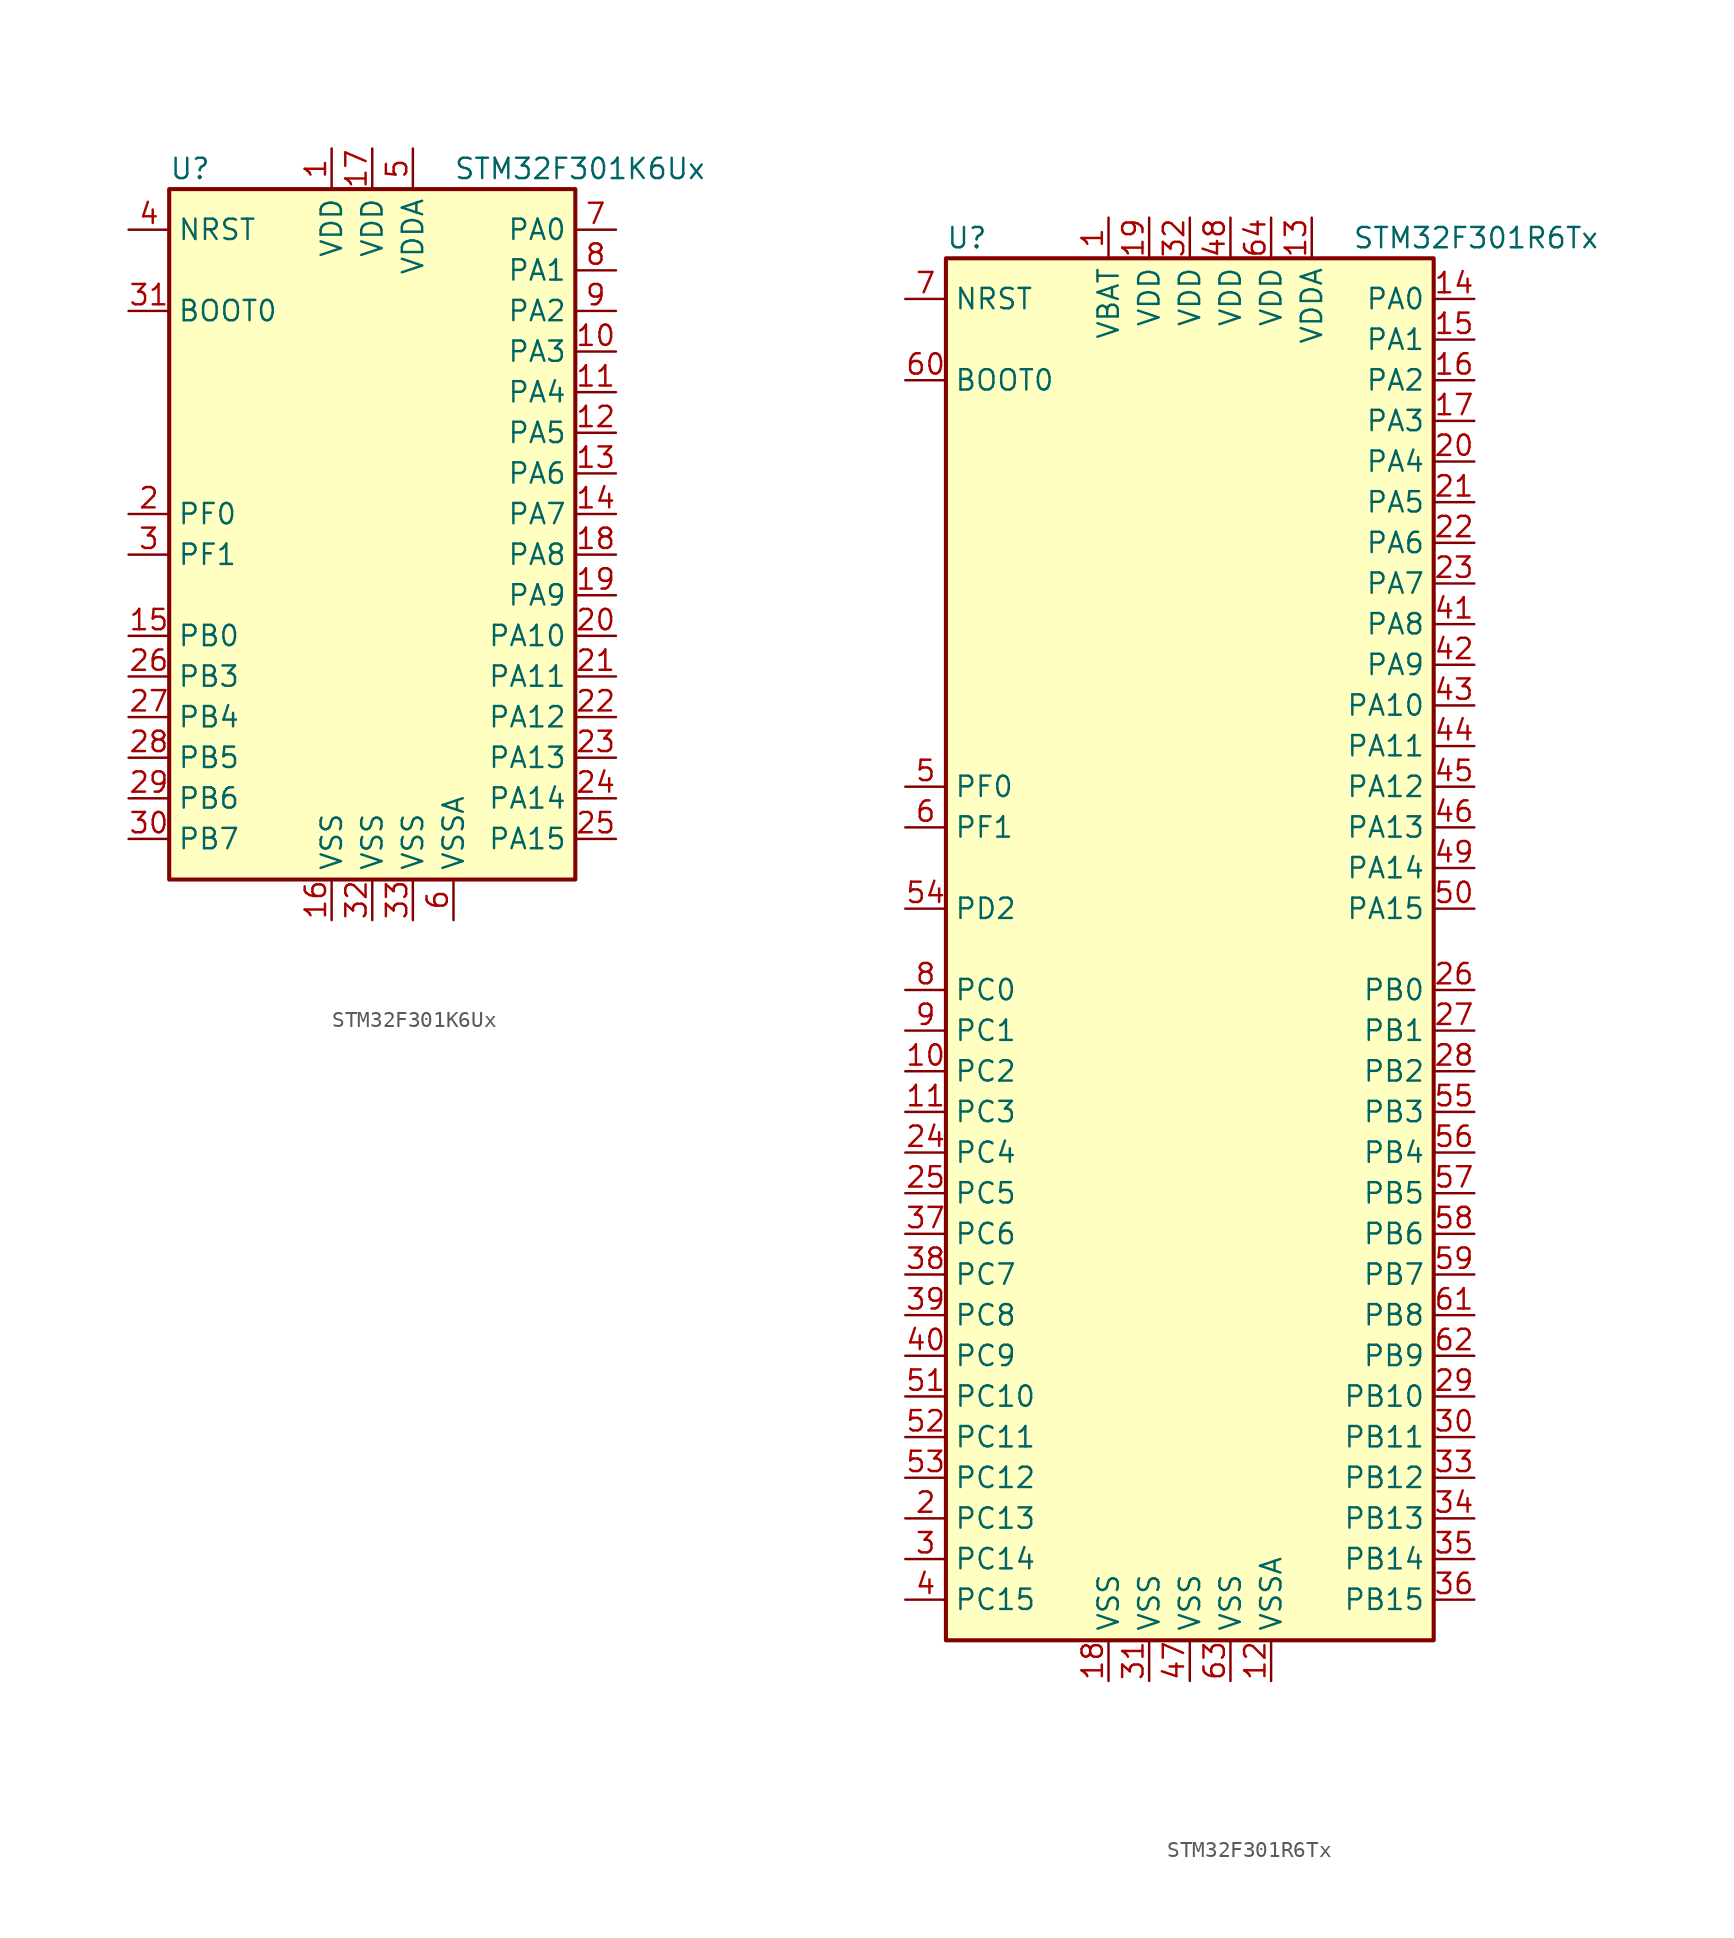
<source format=kicad_sym>
(kicad_symbol_lib
  (version 20201005)
  (generator kicad_symbol_editor)
  (symbol "STM32F301K6Ux"
    (property "Reference" "U"
      (at -12.7 21.59 0)
      (effects (font (size 1.27 1.27)) (justify left)))
    (property "Value" "STM32F301K6Ux"
      (at 5.08 21.59 0)
      (effects (font (size 1.27 1.27)) (justify left)))
    (symbol "STM32F301K6Ux_0_1"
      (rectangle (start -12.7 -22.86) (end 12.7 20.32) (stroke (width 0.254)) (fill (type background))))
    (symbol "STM32F301K6Ux_1_1"
      (pin power_in line (at -2.54 22.86 270) (length 2.54) (name "VDD" (effects (font (size 1.27 1.27)))) (number "1" (effects (font (size 1.27 1.27)))))
      (pin bidirectional line (at 15.24 10.16 180) (length 2.54) (name "PA3" (effects (font (size 1.27 1.27)))) (number "10" (effects (font (size 1.27 1.27)))))
      (pin bidirectional line (at 15.24 7.62 180) (length 2.54) (name "PA4" (effects (font (size 1.27 1.27)))) (number "11" (effects (font (size 1.27 1.27)))))
      (pin bidirectional line (at 15.24 5.08 180) (length 2.54) (name "PA5" (effects (font (size 1.27 1.27)))) (number "12" (effects (font (size 1.27 1.27)))))
      (pin bidirectional line (at 15.24 2.54 180) (length 2.54) (name "PA6" (effects (font (size 1.27 1.27)))) (number "13" (effects (font (size 1.27 1.27)))))
      (pin bidirectional line (at 15.24 0 180) (length 2.54) (name "PA7" (effects (font (size 1.27 1.27)))) (number "14" (effects (font (size 1.27 1.27)))))
      (pin bidirectional line (at -15.24 -7.62 0) (length 2.54) (name "PB0" (effects (font (size 1.27 1.27)))) (number "15" (effects (font (size 1.27 1.27)))))
      (pin power_in line (at -2.54 -25.4 90) (length 2.54) (name "VSS" (effects (font (size 1.27 1.27)))) (number "16" (effects (font (size 1.27 1.27)))))
      (pin power_in line (at 0 22.86 270) (length 2.54) (name "VDD" (effects (font (size 1.27 1.27)))) (number "17" (effects (font (size 1.27 1.27)))))
      (pin bidirectional line (at 15.24 -2.54 180) (length 2.54) (name "PA8" (effects (font (size 1.27 1.27)))) (number "18" (effects (font (size 1.27 1.27)))))
      (pin bidirectional line (at 15.24 -5.08 180) (length 2.54) (name "PA9" (effects (font (size 1.27 1.27)))) (number "19" (effects (font (size 1.27 1.27)))))
      (pin input line (at -15.24 0 0) (length 2.54) (name "PF0" (effects (font (size 1.27 1.27)))) (number "2" (effects (font (size 1.27 1.27)))))
      (pin bidirectional line (at 15.24 -7.62 180) (length 2.54) (name "PA10" (effects (font (size 1.27 1.27)))) (number "20" (effects (font (size 1.27 1.27)))))
      (pin bidirectional line (at 15.24 -10.16 180) (length 2.54) (name "PA11" (effects (font (size 1.27 1.27)))) (number "21" (effects (font (size 1.27 1.27)))))
      (pin bidirectional line (at 15.24 -12.7 180) (length 2.54) (name "PA12" (effects (font (size 1.27 1.27)))) (number "22" (effects (font (size 1.27 1.27)))))
      (pin bidirectional line (at 15.24 -15.24 180) (length 2.54) (name "PA13" (effects (font (size 1.27 1.27)))) (number "23" (effects (font (size 1.27 1.27)))))
      (pin bidirectional line (at 15.24 -17.78 180) (length 2.54) (name "PA14" (effects (font (size 1.27 1.27)))) (number "24" (effects (font (size 1.27 1.27)))))
      (pin bidirectional line (at 15.24 -20.32 180) (length 2.54) (name "PA15" (effects (font (size 1.27 1.27)))) (number "25" (effects (font (size 1.27 1.27)))))
      (pin bidirectional line (at -15.24 -10.16 0) (length 2.54) (name "PB3" (effects (font (size 1.27 1.27)))) (number "26" (effects (font (size 1.27 1.27)))))
      (pin bidirectional line (at -15.24 -12.7 0) (length 2.54) (name "PB4" (effects (font (size 1.27 1.27)))) (number "27" (effects (font (size 1.27 1.27)))))
      (pin bidirectional line (at -15.24 -15.24 0) (length 2.54) (name "PB5" (effects (font (size 1.27 1.27)))) (number "28" (effects (font (size 1.27 1.27)))))
      (pin bidirectional line (at -15.24 -17.78 0) (length 2.54) (name "PB6" (effects (font (size 1.27 1.27)))) (number "29" (effects (font (size 1.27 1.27)))))
      (pin input line (at -15.24 -2.54 0) (length 2.54) (name "PF1" (effects (font (size 1.27 1.27)))) (number "3" (effects (font (size 1.27 1.27)))))
      (pin bidirectional line (at -15.24 -20.32 0) (length 2.54) (name "PB7" (effects (font (size 1.27 1.27)))) (number "30" (effects (font (size 1.27 1.27)))))
      (pin input line (at -15.24 12.7 0) (length 2.54) (name "BOOT0" (effects (font (size 1.27 1.27)))) (number "31" (effects (font (size 1.27 1.27)))))
      (pin power_in line (at 0 -25.4 90) (length 2.54) (name "VSS" (effects (font (size 1.27 1.27)))) (number "32" (effects (font (size 1.27 1.27)))))
      (pin power_in line (at 2.54 -25.4 90) (length 2.54) (name "VSS" (effects (font (size 1.27 1.27)))) (number "33" (effects (font (size 1.27 1.27)))))
      (pin input line (at -15.24 17.78 0) (length 2.54) (name "NRST" (effects (font (size 1.27 1.27)))) (number "4" (effects (font (size 1.27 1.27)))))
      (pin power_in line (at 2.54 22.86 270) (length 2.54) (name "VDDA" (effects (font (size 1.27 1.27)))) (number "5" (effects (font (size 1.27 1.27)))))
      (pin power_in line (at 5.08 -25.4 90) (length 2.54) (name "VSSA" (effects (font (size 1.27 1.27)))) (number "6" (effects (font (size 1.27 1.27)))))
      (pin bidirectional line (at 15.24 17.78 180) (length 2.54) (name "PA0" (effects (font (size 1.27 1.27)))) (number "7" (effects (font (size 1.27 1.27)))))
      (pin bidirectional line (at 15.24 15.24 180) (length 2.54) (name "PA1" (effects (font (size 1.27 1.27)))) (number "8" (effects (font (size 1.27 1.27)))))
      (pin bidirectional line (at 15.24 12.7 180) (length 2.54) (name "PA2" (effects (font (size 1.27 1.27)))) (number "9" (effects (font (size 1.27 1.27)))))))
  (symbol "STM32F301R6Tx"
    (property "Reference" "U"
      (at -15.24 44.45 0)
      (effects (font (size 1.27 1.27)) (justify left)))
    (property "Value" "STM32F301R6Tx"
      (at 10.16 44.45 0)
      (effects (font (size 1.27 1.27)) (justify left)))
    (symbol "STM32F301R6Tx_0_1"
      (rectangle (start -15.24 -43.18) (end 15.24 43.18) (stroke (width 0.254)) (fill (type background))))
    (symbol "STM32F301R6Tx_1_1"
      (pin power_in line (at -5.08 45.72 270) (length 2.54) (name "VBAT" (effects (font (size 1.27 1.27)))) (number "1" (effects (font (size 1.27 1.27)))))
      (pin bidirectional line (at -17.78 -7.62 0) (length 2.54) (name "PC2" (effects (font (size 1.27 1.27)))) (number "10" (effects (font (size 1.27 1.27)))))
      (pin bidirectional line (at -17.78 -10.16 0) (length 2.54) (name "PC3" (effects (font (size 1.27 1.27)))) (number "11" (effects (font (size 1.27 1.27)))))
      (pin power_in line (at 5.08 -45.72 90) (length 2.54) (name "VSSA" (effects (font (size 1.27 1.27)))) (number "12" (effects (font (size 1.27 1.27)))))
      (pin power_in line (at 7.62 45.72 270) (length 2.54) (name "VDDA" (effects (font (size 1.27 1.27)))) (number "13" (effects (font (size 1.27 1.27)))))
      (pin bidirectional line (at 17.78 40.64 180) (length 2.54) (name "PA0" (effects (font (size 1.27 1.27)))) (number "14" (effects (font (size 1.27 1.27)))))
      (pin bidirectional line (at 17.78 38.1 180) (length 2.54) (name "PA1" (effects (font (size 1.27 1.27)))) (number "15" (effects (font (size 1.27 1.27)))))
      (pin bidirectional line (at 17.78 35.56 180) (length 2.54) (name "PA2" (effects (font (size 1.27 1.27)))) (number "16" (effects (font (size 1.27 1.27)))))
      (pin bidirectional line (at 17.78 33.02 180) (length 2.54) (name "PA3" (effects (font (size 1.27 1.27)))) (number "17" (effects (font (size 1.27 1.27)))))
      (pin power_in line (at -5.08 -45.72 90) (length 2.54) (name "VSS" (effects (font (size 1.27 1.27)))) (number "18" (effects (font (size 1.27 1.27)))))
      (pin power_in line (at -2.54 45.72 270) (length 2.54) (name "VDD" (effects (font (size 1.27 1.27)))) (number "19" (effects (font (size 1.27 1.27)))))
      (pin bidirectional line (at -17.78 -35.56 0) (length 2.54) (name "PC13" (effects (font (size 1.27 1.27)))) (number "2" (effects (font (size 1.27 1.27)))))
      (pin bidirectional line (at 17.78 30.48 180) (length 2.54) (name "PA4" (effects (font (size 1.27 1.27)))) (number "20" (effects (font (size 1.27 1.27)))))
      (pin bidirectional line (at 17.78 27.94 180) (length 2.54) (name "PA5" (effects (font (size 1.27 1.27)))) (number "21" (effects (font (size 1.27 1.27)))))
      (pin bidirectional line (at 17.78 25.4 180) (length 2.54) (name "PA6" (effects (font (size 1.27 1.27)))) (number "22" (effects (font (size 1.27 1.27)))))
      (pin bidirectional line (at 17.78 22.86 180) (length 2.54) (name "PA7" (effects (font (size 1.27 1.27)))) (number "23" (effects (font (size 1.27 1.27)))))
      (pin bidirectional line (at -17.78 -12.7 0) (length 2.54) (name "PC4" (effects (font (size 1.27 1.27)))) (number "24" (effects (font (size 1.27 1.27)))))
      (pin bidirectional line (at -17.78 -15.24 0) (length 2.54) (name "PC5" (effects (font (size 1.27 1.27)))) (number "25" (effects (font (size 1.27 1.27)))))
      (pin bidirectional line (at 17.78 -2.54 180) (length 2.54) (name "PB0" (effects (font (size 1.27 1.27)))) (number "26" (effects (font (size 1.27 1.27)))))
      (pin bidirectional line (at 17.78 -5.08 180) (length 2.54) (name "PB1" (effects (font (size 1.27 1.27)))) (number "27" (effects (font (size 1.27 1.27)))))
      (pin bidirectional line (at 17.78 -7.62 180) (length 2.54) (name "PB2" (effects (font (size 1.27 1.27)))) (number "28" (effects (font (size 1.27 1.27)))))
      (pin bidirectional line (at 17.78 -27.94 180) (length 2.54) (name "PB10" (effects (font (size 1.27 1.27)))) (number "29" (effects (font (size 1.27 1.27)))))
      (pin bidirectional line (at -17.78 -38.1 0) (length 2.54) (name "PC14" (effects (font (size 1.27 1.27)))) (number "3" (effects (font (size 1.27 1.27)))))
      (pin bidirectional line (at 17.78 -30.48 180) (length 2.54) (name "PB11" (effects (font (size 1.27 1.27)))) (number "30" (effects (font (size 1.27 1.27)))))
      (pin power_in line (at -2.54 -45.72 90) (length 2.54) (name "VSS" (effects (font (size 1.27 1.27)))) (number "31" (effects (font (size 1.27 1.27)))))
      (pin power_in line (at 0 45.72 270) (length 2.54) (name "VDD" (effects (font (size 1.27 1.27)))) (number "32" (effects (font (size 1.27 1.27)))))
      (pin bidirectional line (at 17.78 -33.02 180) (length 2.54) (name "PB12" (effects (font (size 1.27 1.27)))) (number "33" (effects (font (size 1.27 1.27)))))
      (pin bidirectional line (at 17.78 -35.56 180) (length 2.54) (name "PB13" (effects (font (size 1.27 1.27)))) (number "34" (effects (font (size 1.27 1.27)))))
      (pin bidirectional line (at 17.78 -38.1 180) (length 2.54) (name "PB14" (effects (font (size 1.27 1.27)))) (number "35" (effects (font (size 1.27 1.27)))))
      (pin bidirectional line (at 17.78 -40.64 180) (length 2.54) (name "PB15" (effects (font (size 1.27 1.27)))) (number "36" (effects (font (size 1.27 1.27)))))
      (pin bidirectional line (at -17.78 -17.78 0) (length 2.54) (name "PC6" (effects (font (size 1.27 1.27)))) (number "37" (effects (font (size 1.27 1.27)))))
      (pin bidirectional line (at -17.78 -20.32 0) (length 2.54) (name "PC7" (effects (font (size 1.27 1.27)))) (number "38" (effects (font (size 1.27 1.27)))))
      (pin bidirectional line (at -17.78 -22.86 0) (length 2.54) (name "PC8" (effects (font (size 1.27 1.27)))) (number "39" (effects (font (size 1.27 1.27)))))
      (pin bidirectional line (at -17.78 -40.64 0) (length 2.54) (name "PC15" (effects (font (size 1.27 1.27)))) (number "4" (effects (font (size 1.27 1.27)))))
      (pin bidirectional line (at -17.78 -25.4 0) (length 2.54) (name "PC9" (effects (font (size 1.27 1.27)))) (number "40" (effects (font (size 1.27 1.27)))))
      (pin bidirectional line (at 17.78 20.32 180) (length 2.54) (name "PA8" (effects (font (size 1.27 1.27)))) (number "41" (effects (font (size 1.27 1.27)))))
      (pin bidirectional line (at 17.78 17.78 180) (length 2.54) (name "PA9" (effects (font (size 1.27 1.27)))) (number "42" (effects (font (size 1.27 1.27)))))
      (pin bidirectional line (at 17.78 15.24 180) (length 2.54) (name "PA10" (effects (font (size 1.27 1.27)))) (number "43" (effects (font (size 1.27 1.27)))))
      (pin bidirectional line (at 17.78 12.7 180) (length 2.54) (name "PA11" (effects (font (size 1.27 1.27)))) (number "44" (effects (font (size 1.27 1.27)))))
      (pin bidirectional line (at 17.78 10.16 180) (length 2.54) (name "PA12" (effects (font (size 1.27 1.27)))) (number "45" (effects (font (size 1.27 1.27)))))
      (pin bidirectional line (at 17.78 7.62 180) (length 2.54) (name "PA13" (effects (font (size 1.27 1.27)))) (number "46" (effects (font (size 1.27 1.27)))))
      (pin power_in line (at 0 -45.72 90) (length 2.54) (name "VSS" (effects (font (size 1.27 1.27)))) (number "47" (effects (font (size 1.27 1.27)))))
      (pin power_in line (at 2.54 45.72 270) (length 2.54) (name "VDD" (effects (font (size 1.27 1.27)))) (number "48" (effects (font (size 1.27 1.27)))))
      (pin bidirectional line (at 17.78 5.08 180) (length 2.54) (name "PA14" (effects (font (size 1.27 1.27)))) (number "49" (effects (font (size 1.27 1.27)))))
      (pin input line (at -17.78 10.16 0) (length 2.54) (name "PF0" (effects (font (size 1.27 1.27)))) (number "5" (effects (font (size 1.27 1.27)))))
      (pin bidirectional line (at 17.78 2.54 180) (length 2.54) (name "PA15" (effects (font (size 1.27 1.27)))) (number "50" (effects (font (size 1.27 1.27)))))
      (pin bidirectional line (at -17.78 -27.94 0) (length 2.54) (name "PC10" (effects (font (size 1.27 1.27)))) (number "51" (effects (font (size 1.27 1.27)))))
      (pin bidirectional line (at -17.78 -30.48 0) (length 2.54) (name "PC11" (effects (font (size 1.27 1.27)))) (number "52" (effects (font (size 1.27 1.27)))))
      (pin bidirectional line (at -17.78 -33.02 0) (length 2.54) (name "PC12" (effects (font (size 1.27 1.27)))) (number "53" (effects (font (size 1.27 1.27)))))
      (pin bidirectional line (at -17.78 2.54 0) (length 2.54) (name "PD2" (effects (font (size 1.27 1.27)))) (number "54" (effects (font (size 1.27 1.27)))))
      (pin bidirectional line (at 17.78 -10.16 180) (length 2.54) (name "PB3" (effects (font (size 1.27 1.27)))) (number "55" (effects (font (size 1.27 1.27)))))
      (pin bidirectional line (at 17.78 -12.7 180) (length 2.54) (name "PB4" (effects (font (size 1.27 1.27)))) (number "56" (effects (font (size 1.27 1.27)))))
      (pin bidirectional line (at 17.78 -15.24 180) (length 2.54) (name "PB5" (effects (font (size 1.27 1.27)))) (number "57" (effects (font (size 1.27 1.27)))))
      (pin bidirectional line (at 17.78 -17.78 180) (length 2.54) (name "PB6" (effects (font (size 1.27 1.27)))) (number "58" (effects (font (size 1.27 1.27)))))
      (pin bidirectional line (at 17.78 -20.32 180) (length 2.54) (name "PB7" (effects (font (size 1.27 1.27)))) (number "59" (effects (font (size 1.27 1.27)))))
      (pin input line (at -17.78 7.62 0) (length 2.54) (name "PF1" (effects (font (size 1.27 1.27)))) (number "6" (effects (font (size 1.27 1.27)))))
      (pin input line (at -17.78 35.56 0) (length 2.54) (name "BOOT0" (effects (font (size 1.27 1.27)))) (number "60" (effects (font (size 1.27 1.27)))))
      (pin bidirectional line (at 17.78 -22.86 180) (length 2.54) (name "PB8" (effects (font (size 1.27 1.27)))) (number "61" (effects (font (size 1.27 1.27)))))
      (pin bidirectional line (at 17.78 -25.4 180) (length 2.54) (name "PB9" (effects (font (size 1.27 1.27)))) (number "62" (effects (font (size 1.27 1.27)))))
      (pin power_in line (at 2.54 -45.72 90) (length 2.54) (name "VSS" (effects (font (size 1.27 1.27)))) (number "63" (effects (font (size 1.27 1.27)))))
      (pin power_in line (at 5.08 45.72 270) (length 2.54) (name "VDD" (effects (font (size 1.27 1.27)))) (number "64" (effects (font (size 1.27 1.27)))))
      (pin input line (at -17.78 40.64 0) (length 2.54) (name "NRST" (effects (font (size 1.27 1.27)))) (number "7" (effects (font (size 1.27 1.27)))))
      (pin bidirectional line (at -17.78 -2.54 0) (length 2.54) (name "PC0" (effects (font (size 1.27 1.27)))) (number "8" (effects (font (size 1.27 1.27)))))
      (pin bidirectional line (at -17.78 -5.08 0) (length 2.54) (name "PC1" (effects (font (size 1.27 1.27)))) (number "9" (effects (font (size 1.27 1.27))))))))
</source>
